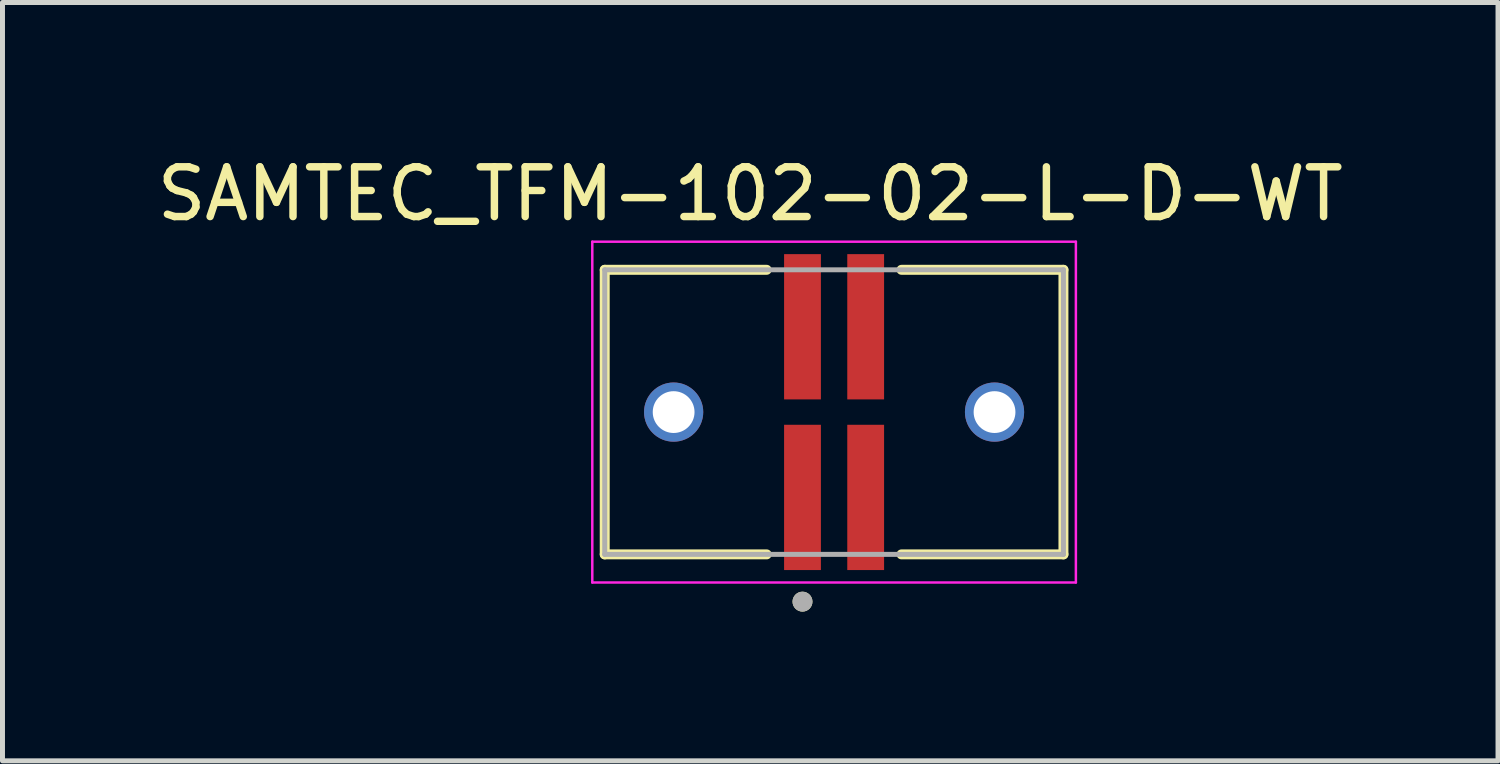
<source format=kicad_pcb>
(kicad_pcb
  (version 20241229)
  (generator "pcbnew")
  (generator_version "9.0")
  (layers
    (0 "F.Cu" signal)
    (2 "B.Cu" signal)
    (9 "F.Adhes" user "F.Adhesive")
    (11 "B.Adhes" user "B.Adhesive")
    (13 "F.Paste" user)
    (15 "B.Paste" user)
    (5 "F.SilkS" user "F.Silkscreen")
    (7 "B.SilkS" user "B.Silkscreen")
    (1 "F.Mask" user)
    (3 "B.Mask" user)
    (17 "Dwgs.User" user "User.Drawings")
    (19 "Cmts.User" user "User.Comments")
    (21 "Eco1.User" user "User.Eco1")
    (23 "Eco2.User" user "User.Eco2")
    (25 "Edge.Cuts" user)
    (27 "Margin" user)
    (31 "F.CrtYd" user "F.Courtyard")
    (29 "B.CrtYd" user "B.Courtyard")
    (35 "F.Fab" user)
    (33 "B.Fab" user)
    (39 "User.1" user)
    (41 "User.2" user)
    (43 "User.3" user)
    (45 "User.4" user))
  (footprint "SAMTEC_TFM-102-02-L-D-WT"
    (layer "F.Cu")
    (at 13.715 5.233)
    (property "Reference" "SAMTEC_TFM-102-02-L-D-WT" (at -1.685 -4.385 0) (layer "F.SilkS") (effects (font (size 1 1) (thickness 0.15))))
    (attr smd)
    (fp_line (start -4.61 -2.86) (end -4.61 2.86) (stroke (width 0.2) (type solid)) (layer "F.SilkS"))
    (fp_line (start -4.61 -2.86) (end -1.355 -2.86) (stroke (width 0.2) (type solid)) (layer "F.SilkS"))
    (fp_line (start -4.61 2.86) (end -1.355 2.86) (stroke (width 0.2) (type solid)) (layer "F.SilkS"))
    (fp_line (start 4.61 -2.86) (end 1.355 -2.86) (stroke (width 0.2) (type solid)) (layer "F.SilkS"))
    (fp_line (start 4.61 -2.86) (end 4.61 2.86) (stroke (width 0.2) (type solid)) (layer "F.SilkS"))
    (fp_line (start 4.61 2.86) (end 1.355 2.86) (stroke (width 0.2) (type solid)) (layer "F.SilkS"))
    (fp_circle (center -0.635 3.81) (end -0.535 3.81) (stroke (width 0.2) (type solid)) (fill no) (layer "F.SilkS"))
    (fp_circle (center -3.225 0) (end -2.748 0) (stroke (width 0.955) (type solid)) (fill no) (layer "F.Paste"))
    (fp_circle (center 3.225 0) (end 3.703 0) (stroke (width 0.955) (type solid)) (fill no) (layer "F.Paste"))
    (fp_line (start -4.86 -3.425) (end -4.86 3.425) (stroke (width 0.05) (type solid)) (layer "F.CrtYd"))
    (fp_line (start -4.86 -3.425) (end 4.86 -3.425) (stroke (width 0.05) (type solid)) (layer "F.CrtYd"))
    (fp_line (start 4.86 -3.425) (end 4.86 3.425) (stroke (width 0.05) (type solid)) (layer "F.CrtYd"))
    (fp_line (start 4.86 3.425) (end -4.86 3.425) (stroke (width 0.05) (type solid)) (layer "F.CrtYd"))
    (fp_line (start -4.61 -2.86) (end -4.61 2.86) (stroke (width 0.1) (type solid)) (layer "F.Fab"))
    (fp_line (start -4.61 -2.86) (end 4.61 -2.86) (stroke (width 0.1) (type solid)) (layer "F.Fab"))
    (fp_line (start -4.61 2.86) (end 4.61 2.86) (stroke (width 0.1) (type solid)) (layer "F.Fab"))
    (fp_line (start 4.61 -2.86) (end 4.61 2.86) (stroke (width 0.1) (type solid)) (layer "F.Fab"))
    (fp_circle (center -0.635 3.81) (end -0.535 3.81) (stroke (width 0.2) (type solid)) (fill no) (layer "F.Fab"))
    (pad "01" smd rect (at -0.635 1.715) (size 0.74 2.92) (layers "F.Cu" "F.Mask" "F.Paste"))
    (pad "02" smd rect (at -0.635 -1.715) (size 0.74 2.92) (layers "F.Cu" "F.Mask" "F.Paste"))
    (pad "03" smd rect (at 0.635 1.715) (size 0.74 2.92) (layers "F.Cu" "F.Mask" "F.Paste"))
    (pad "04" smd rect (at 0.635 -1.715) (size 0.74 2.92) (layers "F.Cu" "F.Mask" "F.Paste"))
    (pad "S1" thru_hole circle (at 3.225 0) (size 1.19 1.19) (drill 0.84) (layers "*.Cu" "*.Mask"))
    (pad "S2" thru_hole circle (at -3.225 0) (size 1.19 1.19) (drill 0.84) (layers "*.Cu" "*.Mask")))
  (gr_rect
    (start -3 -3)
    (end 27.06 12.243)
    (stroke (width 0.1) (type default))
    (fill no)
    (layer "Edge.Cuts")))
</source>
